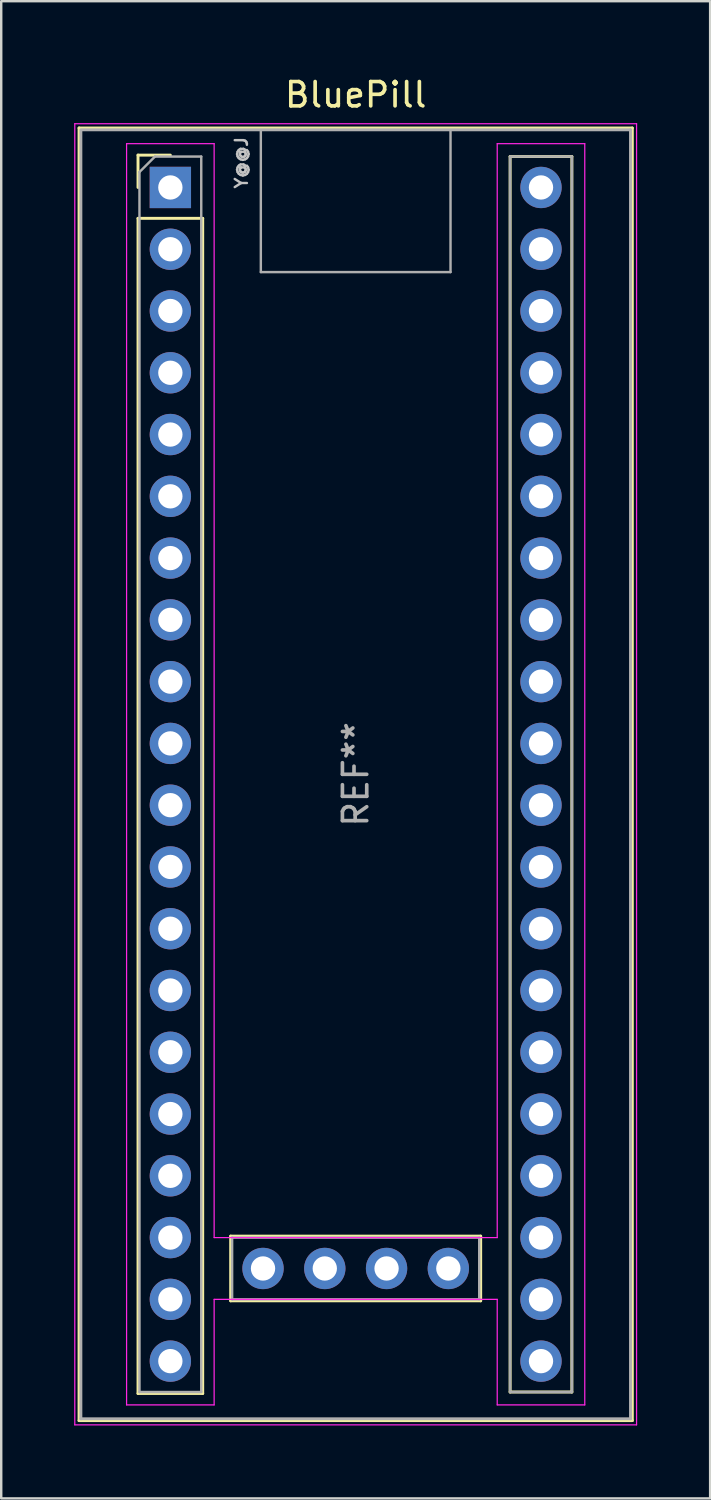
<source format=kicad_pcb>
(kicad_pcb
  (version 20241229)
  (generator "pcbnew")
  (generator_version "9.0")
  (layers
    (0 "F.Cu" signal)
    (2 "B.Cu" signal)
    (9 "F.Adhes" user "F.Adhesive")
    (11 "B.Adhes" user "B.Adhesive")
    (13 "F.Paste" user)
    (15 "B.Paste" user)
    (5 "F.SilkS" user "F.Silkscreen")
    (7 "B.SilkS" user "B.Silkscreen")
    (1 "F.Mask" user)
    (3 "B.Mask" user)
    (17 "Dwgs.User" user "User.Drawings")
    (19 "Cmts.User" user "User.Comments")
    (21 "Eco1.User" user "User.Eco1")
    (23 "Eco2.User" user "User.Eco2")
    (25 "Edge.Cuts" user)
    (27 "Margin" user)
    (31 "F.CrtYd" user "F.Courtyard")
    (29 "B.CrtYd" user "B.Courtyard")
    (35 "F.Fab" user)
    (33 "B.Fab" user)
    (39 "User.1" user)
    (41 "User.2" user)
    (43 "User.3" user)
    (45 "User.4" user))
  (footprint "BluePill"
    (layer "F.Cu")
    (at 3.955 4.658)
    (property "Reference" "BluePill" (at 7.62 -3.81 0) (layer "F.SilkS") (effects (font (size 1 1) (thickness 0.15))))
    (attr through_hole)
    (fp_line (start -3.755 -2.445) (end 18.995 -2.445) (stroke (width 0.12) (type solid)) (layer "F.SilkS"))
    (fp_line (start -3.755 50.705) (end -3.755 -2.445) (stroke (width 0.12) (type solid)) (layer "F.SilkS"))
    (fp_line (start -1.33 -1.33) (end 0 -1.33) (stroke (width 0.12) (type solid)) (layer "F.SilkS"))
    (fp_line (start -1.33 0) (end -1.33 -1.33) (stroke (width 0.12) (type solid)) (layer "F.SilkS"))
    (fp_line (start -1.33 1.27) (end 1.33 1.27) (stroke (width 0.12) (type solid)) (layer "F.SilkS"))
    (fp_line (start -1.33 49.59) (end -1.33 1.27) (stroke (width 0.12) (type solid)) (layer "F.SilkS"))
    (fp_line (start 1.33 1.27) (end 1.33 49.59) (stroke (width 0.12) (type solid)) (layer "F.SilkS"))
    (fp_line (start 1.33 49.59) (end -1.33 49.59) (stroke (width 0.12) (type solid)) (layer "F.SilkS"))
    (fp_line (start 2.48 43.12) (end 2.48 45.78) (stroke (width 0.12) (type solid)) (layer "F.SilkS"))
    (fp_line (start 2.48 45.78) (end 12.76 45.78) (stroke (width 0.12) (type solid)) (layer "F.SilkS"))
    (fp_line (start 12.76 43.12) (end 2.48 43.12) (stroke (width 0.12) (type solid)) (layer "F.SilkS"))
    (fp_line (start 12.76 45.78) (end 12.76 43.12) (stroke (width 0.12) (type solid)) (layer "F.SilkS"))
    (fp_line (start 13.97 -1.27) (end 16.51 -1.27) (stroke (width 0.12) (type solid)) (layer "F.SilkS"))
    (fp_line (start 13.97 49.53) (end 13.97 -1.27) (stroke (width 0.12) (type solid)) (layer "F.SilkS"))
    (fp_line (start 16.51 -1.27) (end 16.51 49.53) (stroke (width 0.12) (type solid)) (layer "F.SilkS"))
    (fp_line (start 16.51 49.53) (end 13.97 49.53) (stroke (width 0.12) (type solid)) (layer "F.SilkS"))
    (fp_line (start 18.995 -2.445) (end 18.995 50.705) (stroke (width 0.12) (type solid)) (layer "F.SilkS"))
    (fp_line (start 18.995 50.705) (end -3.755 50.705) (stroke (width 0.12) (type solid)) (layer "F.SilkS"))
    (fp_line (start -3.93 -2.62) (end 19.17 -2.62) (stroke (width 0.05) (type solid)) (layer "F.CrtYd"))
    (fp_line (start -3.93 50.88) (end -3.93 -2.62) (stroke (width 0.05) (type solid)) (layer "F.CrtYd"))
    (fp_line (start -1.8 -1.8) (end -1.8 50.06) (stroke (width 0.05) (type solid)) (layer "F.CrtYd"))
    (fp_line (start -1.8 50.06) (end 1.8 50.06) (stroke (width 0.05) (type solid)) (layer "F.CrtYd"))
    (fp_line (start 1.8 -1.8) (end -1.8 -1.8) (stroke (width 0.05) (type solid)) (layer "F.CrtYd"))
    (fp_line (start 1.8 -1.8) (end 1.8 43.18) (stroke (width 0.05) (type solid)) (layer "F.CrtYd"))
    (fp_line (start 1.8 43.18) (end 13.44 43.18) (stroke (width 0.05) (type solid)) (layer "F.CrtYd"))
    (fp_line (start 1.8 45.72) (end 1.8 50.06) (stroke (width 0.05) (type solid)) (layer "F.CrtYd"))
    (fp_line (start 13.44 -1.8) (end 13.44 43.18) (stroke (width 0.05) (type solid)) (layer "F.CrtYd"))
    (fp_line (start 13.44 -1.8) (end 17.04 -1.8) (stroke (width 0.05) (type solid)) (layer "F.CrtYd"))
    (fp_line (start 13.44 45.72) (end 1.8 45.72) (stroke (width 0.05) (type solid)) (layer "F.CrtYd"))
    (fp_line (start 13.44 45.72) (end 13.44 50.06) (stroke (width 0.05) (type solid)) (layer "F.CrtYd"))
    (fp_line (start 17.04 -1.8) (end 17.04 50.06) (stroke (width 0.05) (type solid)) (layer "F.CrtYd"))
    (fp_line (start 17.04 50.06) (end 13.44 50.06) (stroke (width 0.05) (type solid)) (layer "F.CrtYd"))
    (fp_line (start 19.17 -2.62) (end 19.17 50.88) (stroke (width 0.05) (type solid)) (layer "F.CrtYd"))
    (fp_line (start 19.17 50.88) (end -3.93 50.88) (stroke (width 0.05) (type solid)) (layer "F.CrtYd"))
    (fp_line (start -3.68 -2.37) (end 18.92 -2.37) (stroke (width 0.12) (type solid)) (layer "F.Fab"))
    (fp_line (start -3.68 50.63) (end -3.68 -2.32) (stroke (width 0.12) (type solid)) (layer "F.Fab"))
    (fp_line (start -3.68 50.63) (end 18.92 50.63) (stroke (width 0.12) (type solid)) (layer "F.Fab"))
    (fp_line (start -1.27 -0.635) (end -0.635 -1.27) (stroke (width 0.1) (type solid)) (layer "F.Fab"))
    (fp_line (start -1.27 49.53) (end -1.27 -0.635) (stroke (width 0.1) (type solid)) (layer "F.Fab"))
    (fp_line (start -0.635 -1.27) (end 1.27 -1.27) (stroke (width 0.1) (type solid)) (layer "F.Fab"))
    (fp_line (start 1.27 -1.27) (end 1.27 49.53) (stroke (width 0.1) (type solid)) (layer "F.Fab"))
    (fp_line (start 1.27 49.53) (end -1.27 49.53) (stroke (width 0.1) (type solid)) (layer "F.Fab"))
    (fp_line (start 2.54 43.18) (end 12.7 43.18) (stroke (width 0.1) (type solid)) (layer "F.Fab"))
    (fp_line (start 2.54 45.72) (end 2.54 43.18) (stroke (width 0.1) (type solid)) (layer "F.Fab"))
    (fp_line (start 3.72 3.48) (end 3.72 -2.32) (stroke (width 0.1) (type solid)) (layer "F.Fab"))
    (fp_line (start 3.72 3.48) (end 11.52 3.48) (stroke (width 0.1) (type solid)) (layer "F.Fab"))
    (fp_line (start 11.52 3.48) (end 11.52 -2.32) (stroke (width 0.1) (type solid)) (layer "F.Fab"))
    (fp_line (start 12.7 43.18) (end 12.7 45.72) (stroke (width 0.1) (type solid)) (layer "F.Fab"))
    (fp_line (start 12.7 45.72) (end 2.54 45.72) (stroke (width 0.1) (type solid)) (layer "F.Fab"))
    (fp_line (start 13.97 -1.27) (end 16.51 -1.27) (stroke (width 0.1) (type solid)) (layer "F.Fab"))
    (fp_line (start 13.97 49.53) (end 13.97 -1.27) (stroke (width 0.1) (type solid)) (layer "F.Fab"))
    (fp_line (start 16.51 -1.27) (end 16.51 49.53) (stroke (width 0.1) (type solid)) (layer "F.Fab"))
    (fp_line (start 16.51 49.53) (end 13.97 49.53) (stroke (width 0.1) (type solid)) (layer "F.Fab"))
    (fp_line (start 18.92 -2.37) (end 18.92 50.63) (stroke (width 0.12) (type solid)) (layer "F.Fab"))
    (fp_text user "Y@@J" (at 2.921 -1.016 90) (unlocked yes) (layer "Dwgs.User") (effects (font (size 0.5 0.5) (thickness 0.1))))
    (fp_text user "REF**" (at 7.62 24.13 90) (layer "F.Fab") (effects (font (size 1 1) (thickness 0.15))))
    (pad "1" thru_hole rect (at 0 0) (size 1.7 1.7) (drill 1) (layers "*.Cu" "*.Mask"))
    (pad "2" thru_hole circle (at 0 2.54) (size 1.7 1.7) (drill 1) (layers "*.Cu" "*.Mask"))
    (pad "3" thru_hole circle (at 0 5.08) (size 1.7 1.7) (drill 1) (layers "*.Cu" "*.Mask"))
    (pad "4" thru_hole circle (at 0 7.62) (size 1.7 1.7) (drill 1) (layers "*.Cu" "*.Mask"))
    (pad "5" thru_hole circle (at 0 10.16) (size 1.7 1.7) (drill 1) (layers "*.Cu" "*.Mask"))
    (pad "6" thru_hole circle (at 0 12.7) (size 1.7 1.7) (drill 1) (layers "*.Cu" "*.Mask"))
    (pad "7" thru_hole circle (at 0 15.24) (size 1.7 1.7) (drill 1) (layers "*.Cu" "*.Mask"))
    (pad "8" thru_hole circle (at 0 17.78) (size 1.7 1.7) (drill 1) (layers "*.Cu" "*.Mask"))
    (pad "9" thru_hole circle (at 0 20.32) (size 1.7 1.7) (drill 1) (layers "*.Cu" "*.Mask"))
    (pad "10" thru_hole circle (at 0 22.86) (size 1.7 1.7) (drill 1) (layers "*.Cu" "*.Mask"))
    (pad "11" thru_hole circle (at 0 25.4) (size 1.7 1.7) (drill 1) (layers "*.Cu" "*.Mask"))
    (pad "12" thru_hole circle (at 0 27.94) (size 1.7 1.7) (drill 1) (layers "*.Cu" "*.Mask"))
    (pad "13" thru_hole circle (at 0 30.48) (size 1.7 1.7) (drill 1) (layers "*.Cu" "*.Mask"))
    (pad "14" thru_hole circle (at 0 33.02) (size 1.7 1.7) (drill 1) (layers "*.Cu" "*.Mask"))
    (pad "15" thru_hole circle (at 0 35.56) (size 1.7 1.7) (drill 1) (layers "*.Cu" "*.Mask"))
    (pad "16" thru_hole circle (at 0 38.1) (size 1.7 1.7) (drill 1) (layers "*.Cu" "*.Mask"))
    (pad "17" thru_hole circle (at 0 40.64) (size 1.7 1.7) (drill 1) (layers "*.Cu" "*.Mask"))
    (pad "18" thru_hole circle (at 0 43.18) (size 1.7 1.7) (drill 1) (layers "*.Cu" "*.Mask"))
    (pad "19" thru_hole circle (at 0 45.72) (size 1.7 1.7) (drill 1) (layers "*.Cu" "*.Mask"))
    (pad "20" thru_hole circle (at 0 48.26) (size 1.7 1.7) (drill 1) (layers "*.Cu" "*.Mask"))
    (pad "21" thru_hole circle (at 15.24 48.26) (size 1.7 1.7) (drill 1) (layers "*.Cu" "*.Mask"))
    (pad "22" thru_hole circle (at 15.24 45.72) (size 1.7 1.7) (drill 1) (layers "*.Cu" "*.Mask"))
    (pad "23" thru_hole circle (at 15.24 43.18) (size 1.7 1.7) (drill 1) (layers "*.Cu" "*.Mask"))
    (pad "24" thru_hole circle (at 15.24 40.64) (size 1.7 1.7) (drill 1) (layers "*.Cu" "*.Mask"))
    (pad "25" thru_hole circle (at 15.24 38.1) (size 1.7 1.7) (drill 1) (layers "*.Cu" "*.Mask"))
    (pad "26" thru_hole circle (at 15.24 35.56) (size 1.7 1.7) (drill 1) (layers "*.Cu" "*.Mask"))
    (pad "27" thru_hole circle (at 15.24 33.02) (size 1.7 1.7) (drill 1) (layers "*.Cu" "*.Mask"))
    (pad "28" thru_hole circle (at 15.24 30.48) (size 1.7 1.7) (drill 1) (layers "*.Cu" "*.Mask"))
    (pad "29" thru_hole circle (at 15.24 27.94) (size 1.7 1.7) (drill 1) (layers "*.Cu" "*.Mask"))
    (pad "30" thru_hole circle (at 15.24 25.4) (size 1.7 1.7) (drill 1) (layers "*.Cu" "*.Mask"))
    (pad "31" thru_hole circle (at 15.24 22.86) (size 1.7 1.7) (drill 1) (layers "*.Cu" "*.Mask"))
    (pad "32" thru_hole circle (at 15.24 20.32) (size 1.7 1.7) (drill 1) (layers "*.Cu" "*.Mask"))
    (pad "33" thru_hole circle (at 15.24 17.78) (size 1.7 1.7) (drill 1) (layers "*.Cu" "*.Mask"))
    (pad "34" thru_hole circle (at 15.24 15.24) (size 1.7 1.7) (drill 1) (layers "*.Cu" "*.Mask"))
    (pad "35" thru_hole circle (at 15.24 12.7) (size 1.7 1.7) (drill 1) (layers "*.Cu" "*.Mask"))
    (pad "36" thru_hole circle (at 15.24 10.16) (size 1.7 1.7) (drill 1) (layers "*.Cu" "*.Mask"))
    (pad "37" thru_hole circle (at 15.24 7.62) (size 1.7 1.7) (drill 1) (layers "*.Cu" "*.Mask"))
    (pad "38" thru_hole circle (at 15.24 5.08) (size 1.7 1.7) (drill 1) (layers "*.Cu" "*.Mask"))
    (pad "39" thru_hole circle (at 15.24 2.54) (size 1.7 1.7) (drill 1) (layers "*.Cu" "*.Mask"))
    (pad "40" thru_hole circle (at 15.24 0) (size 1.7 1.7) (drill 1) (layers "*.Cu" "*.Mask"))
    (pad "41" thru_hole circle (at 11.43 44.45) (size 1.7 1.7) (drill 1) (layers "*.Cu" "*.Mask"))
    (pad "42" thru_hole circle (at 8.89 44.45) (size 1.7 1.7) (drill 1) (layers "*.Cu" "*.Mask"))
    (pad "43" thru_hole circle (at 6.35 44.45) (size 1.7 1.7) (drill 1) (layers "*.Cu" "*.Mask"))
    (pad "44" thru_hole circle (at 3.81 44.45) (size 1.7 1.7) (drill 1) (layers "*.Cu" "*.Mask")))
  (gr_rect
    (start -3 -3)
    (end 26.15 58.563)
    (stroke (width 0.1) (type default))
    (fill no)
    (layer "Edge.Cuts")))
</source>
